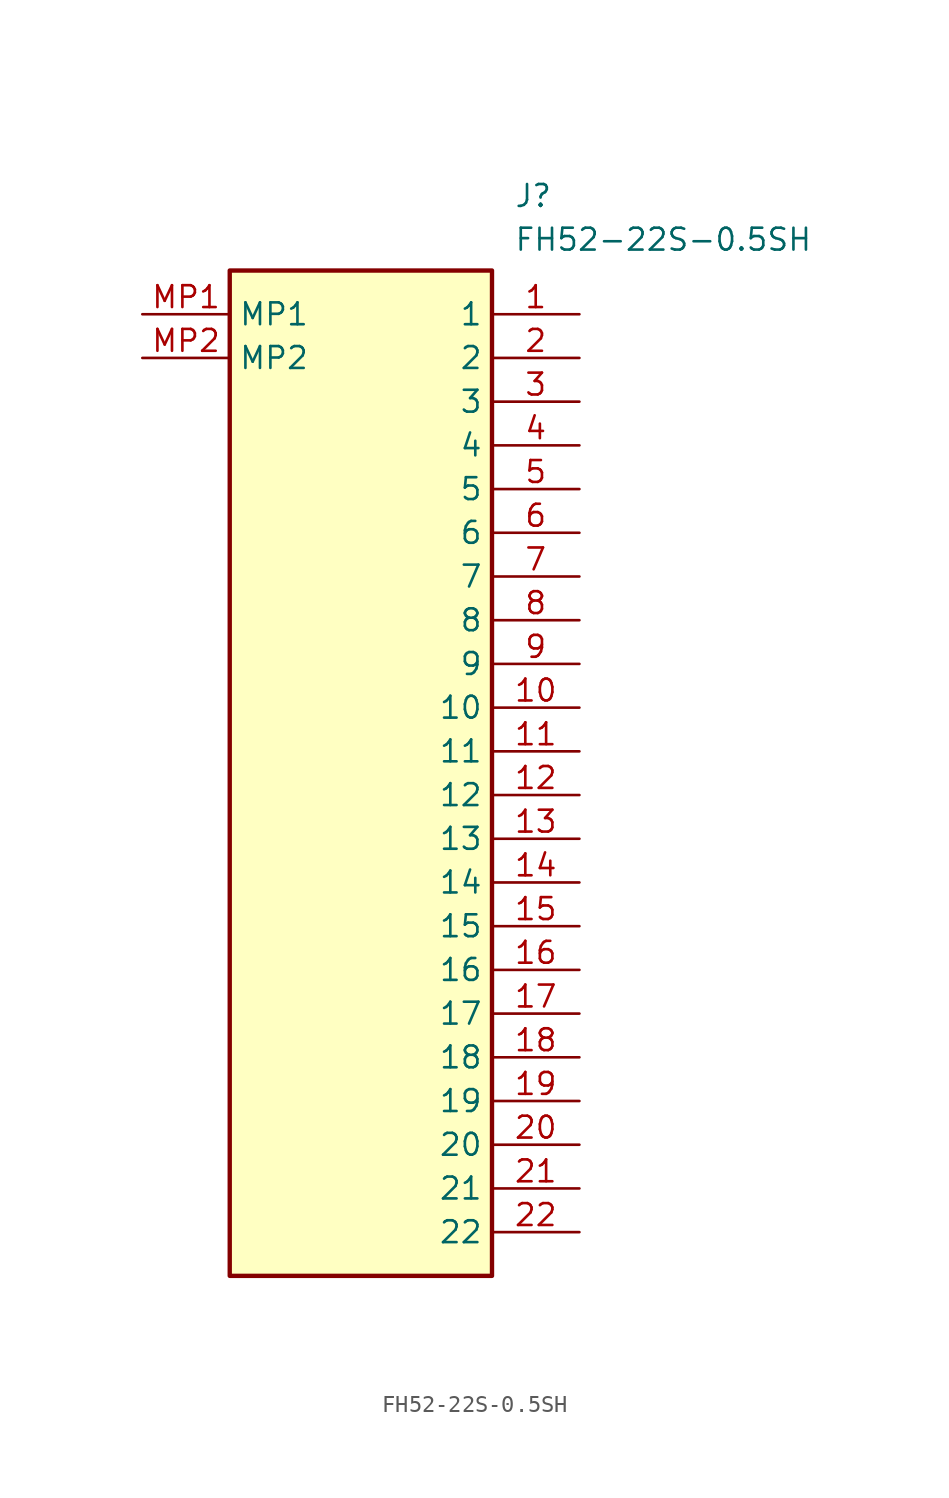
<source format=kicad_sym>
(kicad_symbol_lib
  (version 20211014)
  (generator SamacSys_ECAD_Model)
  (symbol "FH52-22S-0.5SH"
    (property "Reference" "J"
      (at 21.59 7.62 0)
      (effects (font (size 1.27 1.27)) (justify left top)))
    (property "Value" "FH52-22S-0.5SH"
      (at 21.59 5.08 0)
      (effects (font (size 1.27 1.27)) (justify left top)))
    (rectangle
      (start 5.08 2.54)
      (end 20.32 -55.88)
      (stroke (width 0.254) (type default))
      (fill (type background)))
    (pin passive line
      (at 25.4 0 180)
      (length 5.08)
      (name "1" (effects (font (size 1.27 1.27))))
      (number "1" (effects (font (size 1.27 1.27)))))
    (pin passive line
      (at 25.4 -2.54 180)
      (length 5.08)
      (name "2" (effects (font (size 1.27 1.27))))
      (number "2" (effects (font (size 1.27 1.27)))))
    (pin passive line
      (at 25.4 -5.08 180)
      (length 5.08)
      (name "3" (effects (font (size 1.27 1.27))))
      (number "3" (effects (font (size 1.27 1.27)))))
    (pin passive line
      (at 25.4 -7.62 180)
      (length 5.08)
      (name "4" (effects (font (size 1.27 1.27))))
      (number "4" (effects (font (size 1.27 1.27)))))
    (pin passive line
      (at 25.4 -10.16 180)
      (length 5.08)
      (name "5" (effects (font (size 1.27 1.27))))
      (number "5" (effects (font (size 1.27 1.27)))))
    (pin passive line
      (at 25.4 -12.7 180)
      (length 5.08)
      (name "6" (effects (font (size 1.27 1.27))))
      (number "6" (effects (font (size 1.27 1.27)))))
    (pin passive line
      (at 25.4 -15.24 180)
      (length 5.08)
      (name "7" (effects (font (size 1.27 1.27))))
      (number "7" (effects (font (size 1.27 1.27)))))
    (pin passive line
      (at 25.4 -17.78 180)
      (length 5.08)
      (name "8" (effects (font (size 1.27 1.27))))
      (number "8" (effects (font (size 1.27 1.27)))))
    (pin passive line
      (at 25.4 -20.32 180)
      (length 5.08)
      (name "9" (effects (font (size 1.27 1.27))))
      (number "9" (effects (font (size 1.27 1.27)))))
    (pin passive line
      (at 25.4 -22.86 180)
      (length 5.08)
      (name "10" (effects (font (size 1.27 1.27))))
      (number "10" (effects (font (size 1.27 1.27)))))
    (pin passive line
      (at 25.4 -25.4 180)
      (length 5.08)
      (name "11" (effects (font (size 1.27 1.27))))
      (number "11" (effects (font (size 1.27 1.27)))))
    (pin passive line
      (at 25.4 -27.94 180)
      (length 5.08)
      (name "12" (effects (font (size 1.27 1.27))))
      (number "12" (effects (font (size 1.27 1.27)))))
    (pin passive line
      (at 25.4 -30.48 180)
      (length 5.08)
      (name "13" (effects (font (size 1.27 1.27))))
      (number "13" (effects (font (size 1.27 1.27)))))
    (pin passive line
      (at 25.4 -33.02 180)
      (length 5.08)
      (name "14" (effects (font (size 1.27 1.27))))
      (number "14" (effects (font (size 1.27 1.27)))))
    (pin passive line
      (at 25.4 -35.56 180)
      (length 5.08)
      (name "15" (effects (font (size 1.27 1.27))))
      (number "15" (effects (font (size 1.27 1.27)))))
    (pin passive line
      (at 25.4 -38.1 180)
      (length 5.08)
      (name "16" (effects (font (size 1.27 1.27))))
      (number "16" (effects (font (size 1.27 1.27)))))
    (pin passive line
      (at 25.4 -40.64 180)
      (length 5.08)
      (name "17" (effects (font (size 1.27 1.27))))
      (number "17" (effects (font (size 1.27 1.27)))))
    (pin passive line
      (at 25.4 -43.18 180)
      (length 5.08)
      (name "18" (effects (font (size 1.27 1.27))))
      (number "18" (effects (font (size 1.27 1.27)))))
    (pin passive line
      (at 25.4 -45.72 180)
      (length 5.08)
      (name "19" (effects (font (size 1.27 1.27))))
      (number "19" (effects (font (size 1.27 1.27)))))
    (pin passive line
      (at 25.4 -48.26 180)
      (length 5.08)
      (name "20" (effects (font (size 1.27 1.27))))
      (number "20" (effects (font (size 1.27 1.27)))))
    (pin passive line
      (at 25.4 -50.8 180)
      (length 5.08)
      (name "21" (effects (font (size 1.27 1.27))))
      (number "21" (effects (font (size 1.27 1.27)))))
    (pin passive line
      (at 25.4 -53.34 180)
      (length 5.08)
      (name "22" (effects (font (size 1.27 1.27))))
      (number "22" (effects (font (size 1.27 1.27)))))
    (pin passive line
      (at 0 0 0)
      (length 5.08)
      (name "MP1" (effects (font (size 1.27 1.27))))
      (number "MP1" (effects (font (size 1.27 1.27)))))
    (pin passive line
      (at 0 -2.54 0)
      (length 5.08)
      (name "MP2" (effects (font (size 1.27 1.27))))
      (number "MP2" (effects (font (size 1.27 1.27)))))))
</source>
